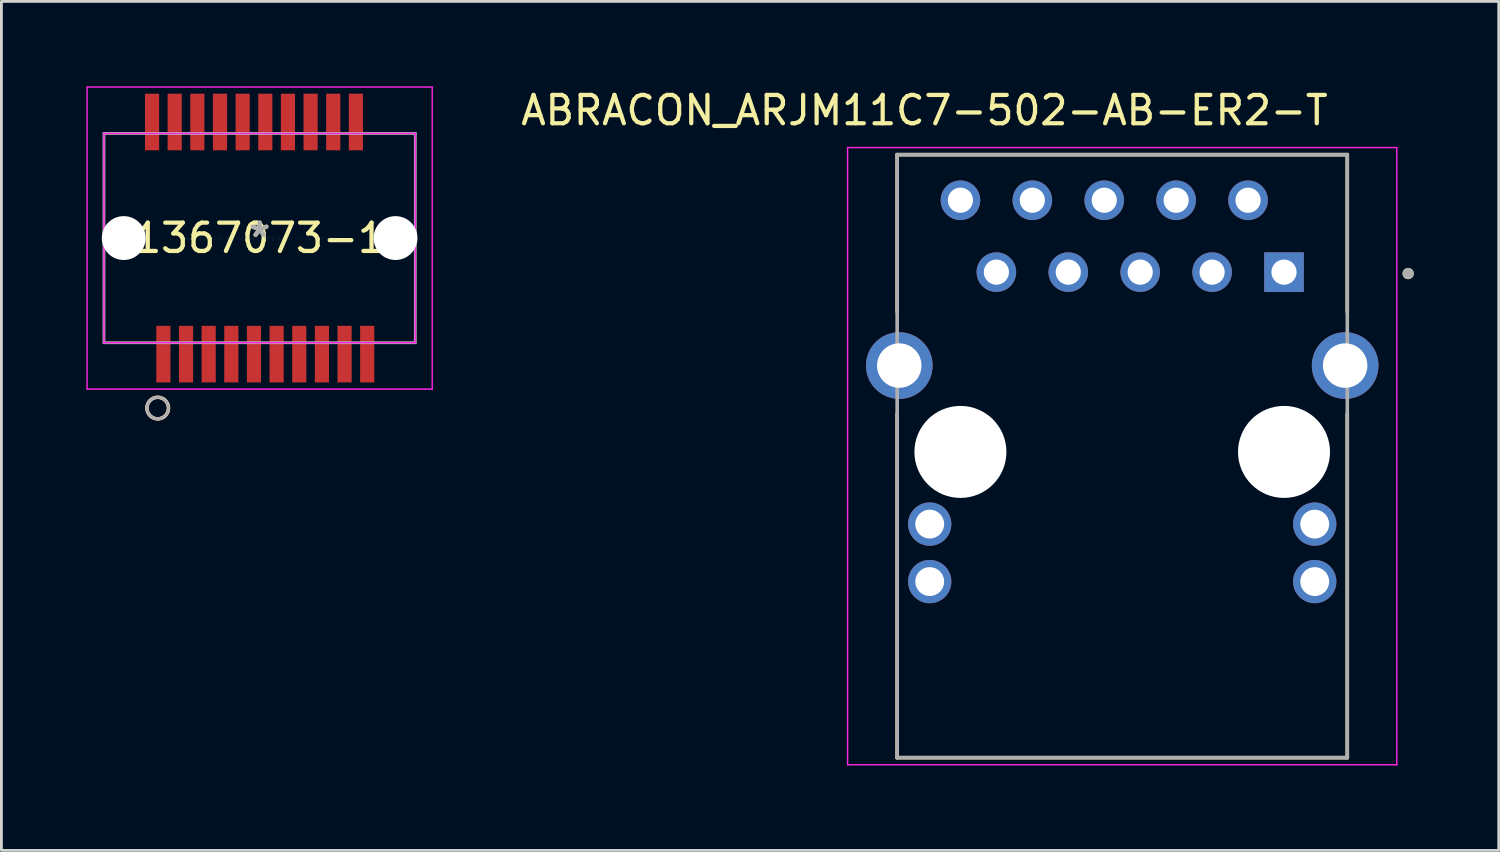
<source format=kicad_pcb>
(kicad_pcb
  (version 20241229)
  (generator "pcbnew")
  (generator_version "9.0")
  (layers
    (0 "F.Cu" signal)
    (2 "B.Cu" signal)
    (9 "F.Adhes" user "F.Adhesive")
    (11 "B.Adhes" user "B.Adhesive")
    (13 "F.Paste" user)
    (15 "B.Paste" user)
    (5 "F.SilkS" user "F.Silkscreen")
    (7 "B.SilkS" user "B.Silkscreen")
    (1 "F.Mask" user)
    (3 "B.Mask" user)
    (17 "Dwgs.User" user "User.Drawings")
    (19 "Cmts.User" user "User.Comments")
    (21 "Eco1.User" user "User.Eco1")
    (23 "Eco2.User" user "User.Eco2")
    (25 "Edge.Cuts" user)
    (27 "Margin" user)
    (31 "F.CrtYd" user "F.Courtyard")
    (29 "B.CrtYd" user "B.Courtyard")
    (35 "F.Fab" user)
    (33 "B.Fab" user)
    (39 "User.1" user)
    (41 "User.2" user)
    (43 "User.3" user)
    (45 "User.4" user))
  (footprint "ABRACON_ARJM11C7-502-AB-ER2-T"
    (layer "F.Cu")
    (at 36.59 12.913)
    (property "Reference" "ABRACON_ARJM11C7-502-AB-ER2-T" (at -6.985 -12.065 0) (layer "F.SilkS") (effects (font (size 1 1) (thickness 0.15))))
    (attr through_hole)
    (fp_line (start -7.95 -10.5) (end -7.95 -4.95) (stroke (width 0.127) (type solid)) (layer "F.SilkS"))
    (fp_line (start -7.95 -1.35) (end -7.95 10.8) (stroke (width 0.127) (type solid)) (layer "F.SilkS"))
    (fp_line (start -7.95 10.8) (end 7.95 10.8) (stroke (width 0.127) (type solid)) (layer "F.SilkS"))
    (fp_line (start 7.95 -10.5) (end -7.95 -10.5) (stroke (width 0.127) (type solid)) (layer "F.SilkS"))
    (fp_line (start 7.95 -4.95) (end 7.95 -10.5) (stroke (width 0.127) (type solid)) (layer "F.SilkS"))
    (fp_line (start 7.95 10.8) (end 7.95 -1.35) (stroke (width 0.127) (type solid)) (layer "F.SilkS"))
    (fp_circle (center 10.1 -6.3) (end 10.2 -6.3) (stroke (width 0.2) (type solid)) (fill no) (layer "F.SilkS"))
    (fp_line (start -9.7 -10.75) (end 9.7 -10.75) (stroke (width 0.05) (type solid)) (layer "F.CrtYd"))
    (fp_line (start -9.7 11.05) (end -9.7 -10.75) (stroke (width 0.05) (type solid)) (layer "F.CrtYd"))
    (fp_line (start 9.7 -10.75) (end 9.7 11.05) (stroke (width 0.05) (type solid)) (layer "F.CrtYd"))
    (fp_line (start 9.7 11.05) (end -9.7 11.05) (stroke (width 0.05) (type solid)) (layer "F.CrtYd"))
    (fp_line (start -7.95 -10.5) (end -7.95 10.8) (stroke (width 0.127) (type solid)) (layer "F.Fab"))
    (fp_line (start -7.95 10.8) (end 7.95 10.8) (stroke (width 0.127) (type solid)) (layer "F.Fab"))
    (fp_line (start 7.95 -10.5) (end -7.95 -10.5) (stroke (width 0.127) (type solid)) (layer "F.Fab"))
    (fp_line (start 7.95 10.8) (end 7.95 -10.5) (stroke (width 0.127) (type solid)) (layer "F.Fab"))
    (fp_circle (center 10.1 -6.3) (end 10.2 -6.3) (stroke (width 0.2) (type solid)) (fill no) (layer "F.Fab"))
    (pad "" np_thru_hole circle (at -5.715 0) (size 3.25 3.25) (drill 3.25) (layers "*.Cu" "*.Mask"))
    (pad "" np_thru_hole circle (at 5.715 0) (size 3.25 3.25) (drill 3.25) (layers "*.Cu" "*.Mask"))
    (pad "1" thru_hole rect (at 5.715 -6.35) (size 1.398 1.398) (drill 0.89) (layers "*.Cu" "*.Mask"))
    (pad "2" thru_hole circle (at 4.445 -8.89) (size 1.398 1.398) (drill 0.89) (layers "*.Cu" "*.Mask"))
    (pad "3" thru_hole circle (at 3.175 -6.35) (size 1.398 1.398) (drill 0.89) (layers "*.Cu" "*.Mask"))
    (pad "4" thru_hole circle (at 1.905 -8.89) (size 1.398 1.398) (drill 0.89) (layers "*.Cu" "*.Mask"))
    (pad "5" thru_hole circle (at 0.635 -6.35) (size 1.398 1.398) (drill 0.89) (layers "*.Cu" "*.Mask"))
    (pad "6" thru_hole circle (at -0.635 -8.89) (size 1.398 1.398) (drill 0.89) (layers "*.Cu" "*.Mask"))
    (pad "7" thru_hole circle (at -1.905 -6.35) (size 1.398 1.398) (drill 0.89) (layers "*.Cu" "*.Mask"))
    (pad "8" thru_hole circle (at -3.175 -8.89) (size 1.398 1.398) (drill 0.89) (layers "*.Cu" "*.Mask"))
    (pad "9" thru_hole circle (at -4.445 -6.35) (size 1.398 1.398) (drill 0.89) (layers "*.Cu" "*.Mask"))
    (pad "10" thru_hole circle (at -5.715 -8.89) (size 1.398 1.398) (drill 0.89) (layers "*.Cu" "*.Mask"))
    (pad "L1" thru_hole circle (at -6.8 2.55) (size 1.53 1.53) (drill 1.02) (layers "*.Cu" "*.Mask"))
    (pad "L2" thru_hole circle (at -6.8 4.58) (size 1.53 1.53) (drill 1.02) (layers "*.Cu" "*.Mask"))
    (pad "L3" thru_hole circle (at 6.8 2.55) (size 1.53 1.53) (drill 1.02) (layers "*.Cu" "*.Mask"))
    (pad "L4" thru_hole circle (at 6.8 4.58) (size 1.53 1.53) (drill 1.02) (layers "*.Cu" "*.Mask"))
    (pad "S1" thru_hole circle (at -7.875 -3.05) (size 2.355 2.355) (drill 1.57) (layers "*.Cu" "*.Mask"))
    (pad "S2" thru_hole circle (at 7.875 -3.05) (size 2.355 2.355) (drill 1.57) (layers "*.Cu" "*.Mask")))
  (footprint "1367073-1"
    (layer "F.Cu")
    (at 6.121 5.359)
    (property "Reference" "1367073-1" (at 0 0 0) (layer "F.SilkS") (effects (font (size 1 1) (thickness 0.15))))
    (attr through_hole)
    (fp_circle (center -3.6 6.005) (end -3.219 6.005) (stroke (width 0.12) (type solid)) (fill no) (layer "F.SilkS"))
    (fp_circle (center -3.6 6.005) (end -3.219 6.005) (stroke (width 0.12) (type solid)) (fill no) (layer "B.SilkS"))
    (fp_line (start -6.096 -5.334) (end -6.096 5.334) (stroke (width 0.05) (type solid)) (layer "F.CrtYd"))
    (fp_line (start -6.096 5.334) (end 6.096 5.334) (stroke (width 0.05) (type solid)) (layer "F.CrtYd"))
    (fp_line (start -5.499 -3.696) (end -5.499 3.696) (stroke (width 0.05) (type solid)) (layer "F.CrtYd"))
    (fp_line (start -5.499 3.696) (end 5.499 3.696) (stroke (width 0.05) (type solid)) (layer "F.CrtYd"))
    (fp_line (start 5.499 -3.696) (end -5.499 -3.696) (stroke (width 0.05) (type solid)) (layer "F.CrtYd"))
    (fp_line (start 5.499 3.696) (end 5.499 -3.696) (stroke (width 0.05) (type solid)) (layer "F.CrtYd"))
    (fp_line (start 6.096 -5.334) (end -6.096 -5.334) (stroke (width 0.05) (type solid)) (layer "F.CrtYd"))
    (fp_line (start 6.096 5.334) (end 6.096 -5.334) (stroke (width 0.05) (type solid)) (layer "F.CrtYd"))
    (fp_line (start -5.499 -3.696) (end -5.499 3.696) (stroke (width 0.1) (type solid)) (layer "F.Fab"))
    (fp_line (start -5.499 3.696) (end 5.499 3.696) (stroke (width 0.1) (type solid)) (layer "F.Fab"))
    (fp_line (start 5.499 -3.696) (end -5.499 -3.696) (stroke (width 0.1) (type solid)) (layer "F.Fab"))
    (fp_line (start 5.499 3.696) (end 5.499 -3.696) (stroke (width 0.1) (type solid)) (layer "F.Fab"))
    (fp_circle (center -3.6 6.005) (end -3.219 6.005) (stroke (width 0.1) (type solid)) (fill no) (layer "F.Fab"))
    (fp_text user "*" (at 0 0 0) (layer "F.SilkS") (effects (font (size 1 1) (thickness 0.15))))
    (fp_text user "Copyright 2021 Accelerated Designs. All rights reserved." (at 0 0 0) (layer "Cmts.User") (effects (font (size 0.127 0.127) (thickness 0.002))))
    (fp_text user "*" (at 0 0 0) (layer "F.Fab") (effects (font (size 1 1) (thickness 0.15))))
    (pad "" np_thru_hole circle (at -4.8 0) (size 1.549 1.549) (drill 1.549) (layers "*.Cu" "*.Mask"))
    (pad "" np_thru_hole circle (at 4.8 0) (size 1.549 1.549) (drill 1.549) (layers "*.Cu" "*.Mask"))
    (pad "1" smd rect (at -3.4 4.1) (size 0.5 2) (layers "F.Cu" "F.Mask" "F.Paste"))
    (pad "2" smd rect (at -2.6 4.1) (size 0.5 2) (layers "F.Cu" "F.Mask" "F.Paste"))
    (pad "3" smd rect (at -1.8 4.1) (size 0.5 2) (layers "F.Cu" "F.Mask" "F.Paste"))
    (pad "4" smd rect (at -1 4.1) (size 0.5 2) (layers "F.Cu" "F.Mask" "F.Paste"))
    (pad "5" smd rect (at -0.2 4.1) (size 0.5 2) (layers "F.Cu" "F.Mask" "F.Paste"))
    (pad "6" smd rect (at 0.6 4.1) (size 0.5 2) (layers "F.Cu" "F.Mask" "F.Paste"))
    (pad "7" smd rect (at 1.4 4.1) (size 0.5 2) (layers "F.Cu" "F.Mask" "F.Paste"))
    (pad "8" smd rect (at 2.2 4.1) (size 0.5 2) (layers "F.Cu" "F.Mask" "F.Paste"))
    (pad "9" smd rect (at 3 4.1) (size 0.5 2) (layers "F.Cu" "F.Mask" "F.Paste"))
    (pad "10" smd rect (at 3.8 4.1) (size 0.5 2) (layers "F.Cu" "F.Mask" "F.Paste"))
    (pad "11" smd rect (at 3.4 -4.1) (size 0.5 2) (layers "F.Cu" "F.Mask" "F.Paste"))
    (pad "12" smd rect (at 2.6 -4.1) (size 0.5 2) (layers "F.Cu" "F.Mask" "F.Paste"))
    (pad "13" smd rect (at 1.8 -4.1) (size 0.5 2) (layers "F.Cu" "F.Mask" "F.Paste"))
    (pad "14" smd rect (at 1 -4.1) (size 0.5 2) (layers "F.Cu" "F.Mask" "F.Paste"))
    (pad "15" smd rect (at 0.2 -4.1) (size 0.5 2) (layers "F.Cu" "F.Mask" "F.Paste"))
    (pad "16" smd rect (at -0.6 -4.1) (size 0.5 2) (layers "F.Cu" "F.Mask" "F.Paste"))
    (pad "17" smd rect (at -1.4 -4.1) (size 0.5 2) (layers "F.Cu" "F.Mask" "F.Paste"))
    (pad "18" smd rect (at -2.2 -4.1) (size 0.5 2) (layers "F.Cu" "F.Mask" "F.Paste"))
    (pad "19" smd rect (at -3 -4.1) (size 0.5 2) (layers "F.Cu" "F.Mask" "F.Paste"))
    (pad "20" smd rect (at -3.8 -4.1) (size 0.5 2) (layers "F.Cu" "F.Mask" "F.Paste")))
  (gr_rect
    (start -3 -3)
    (end 49.89 26.988)
    (stroke (width 0.1) (type default))
    (fill no)
    (layer "Edge.Cuts")))
</source>
